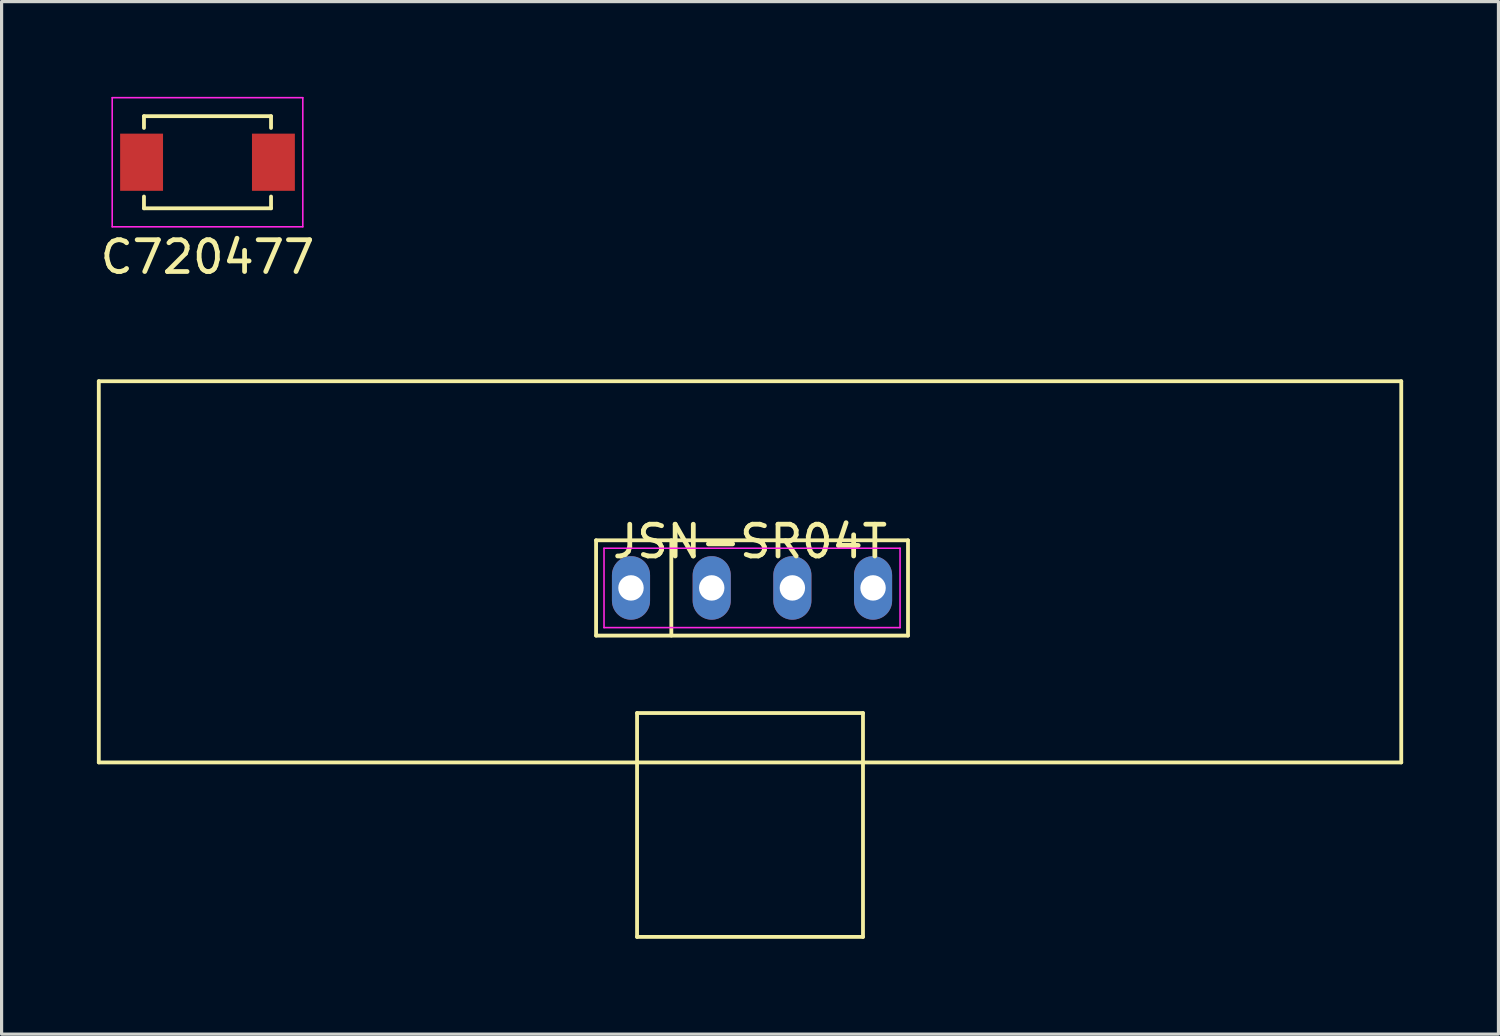
<source format=kicad_pcb>
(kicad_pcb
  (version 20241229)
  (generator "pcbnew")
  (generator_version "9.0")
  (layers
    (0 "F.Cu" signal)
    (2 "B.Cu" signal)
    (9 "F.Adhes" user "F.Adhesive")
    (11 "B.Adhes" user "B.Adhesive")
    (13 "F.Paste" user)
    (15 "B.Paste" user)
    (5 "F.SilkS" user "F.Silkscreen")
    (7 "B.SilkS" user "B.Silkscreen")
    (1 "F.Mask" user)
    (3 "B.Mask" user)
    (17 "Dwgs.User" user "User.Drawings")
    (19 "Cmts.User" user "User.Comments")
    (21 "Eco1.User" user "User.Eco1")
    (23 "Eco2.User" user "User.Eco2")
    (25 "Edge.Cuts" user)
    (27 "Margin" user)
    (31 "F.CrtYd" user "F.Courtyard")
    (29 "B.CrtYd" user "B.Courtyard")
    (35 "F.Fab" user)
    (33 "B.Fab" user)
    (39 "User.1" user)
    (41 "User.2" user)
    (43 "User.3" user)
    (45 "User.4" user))
  (footprint "JSN-SR04T"
    (layer "F.Cu")
    (at 20.56 18.95)
    (property "Reference" "JSN-SR04T" (at 0 -4.953 0) (layer "F.SilkS") (effects (font (size 1 1) (thickness 0.15))))
    (attr through_hole)
    (fp_line (start -20.5 -10) (end 20.5 -10) (stroke (width 0.12) (type solid)) (layer "F.SilkS"))
    (fp_line (start -20.5 2) (end -20.5 -10) (stroke (width 0.12) (type solid)) (layer "F.SilkS"))
    (fp_line (start -20.5 2) (end 20.5 2) (stroke (width 0.12) (type solid)) (layer "F.SilkS"))
    (fp_line (start -4.846 -4.992) (end 4.973 -4.992) (stroke (width 0.12) (type solid)) (layer "F.SilkS"))
    (fp_line (start -4.846 -1.992) (end -4.846 -4.992) (stroke (width 0.12) (type solid)) (layer "F.SilkS"))
    (fp_line (start -3.556 0.445) (end 3.556 0.445) (stroke (width 0.12) (type solid)) (layer "F.SilkS"))
    (fp_line (start -3.556 7.493) (end -3.556 0.445) (stroke (width 0.12) (type solid)) (layer "F.SilkS"))
    (fp_line (start -2.477 -4.992) (end -2.477 -1.992) (stroke (width 0.12) (type solid)) (layer "F.SilkS"))
    (fp_line (start 3.556 0.445) (end 3.556 7.493) (stroke (width 0.12) (type solid)) (layer "F.SilkS"))
    (fp_line (start 3.556 7.493) (end -3.556 7.493) (stroke (width 0.12) (type solid)) (layer "F.SilkS"))
    (fp_line (start 4.973 -4.992) (end 4.973 -1.992) (stroke (width 0.12) (type solid)) (layer "F.SilkS"))
    (fp_line (start 4.973 -1.992) (end -4.846 -1.992) (stroke (width 0.12) (type solid)) (layer "F.SilkS"))
    (fp_line (start 20.5 2) (end 20.5 -10) (stroke (width 0.12) (type solid)) (layer "F.SilkS"))
    (fp_line (start -4.596 -4.742) (end 4.723 -4.742) (stroke (width 0.05) (type solid)) (layer "F.CrtYd"))
    (fp_line (start -4.596 -2.243) (end -4.596 -4.742) (stroke (width 0.05) (type solid)) (layer "F.CrtYd"))
    (fp_line (start 4.723 -4.742) (end 4.723 -2.243) (stroke (width 0.05) (type solid)) (layer "F.CrtYd"))
    (fp_line (start 4.723 -2.243) (end -4.596 -2.243) (stroke (width 0.05) (type solid)) (layer "F.CrtYd"))
    (pad "1" thru_hole oval (at -3.747 -3.493) (size 1.2 2) (drill 0.8) (layers "*.Cu" "*.Mask"))
    (pad "2" thru_hole oval (at -1.206 -3.493) (size 1.2 2) (drill 0.8) (layers "*.Cu" "*.Mask"))
    (pad "3" thru_hole oval (at 1.333 -3.493) (size 1.2 2) (drill 0.8) (layers "*.Cu" "*.Mask"))
    (pad "4" thru_hole oval (at 3.873 -3.493) (size 1.2 2) (drill 0.8) (layers "*.Cu" "*.Mask")))
  (footprint "C720477"
    (layer "F.Cu")
    (at 3.482 2.057)
    (property "Reference" "C720477" (at 0 2.985 0) (layer "F.SilkS") (effects (font (size 1 1) (thickness 0.15))))
    (attr smd)
    (fp_line (start -2 -1.45) (end -2 -1.08) (stroke (width 0.12) (type solid)) (layer "F.SilkS"))
    (fp_line (start -2 -1.45) (end 2 -1.45) (stroke (width 0.12) (type solid)) (layer "F.SilkS"))
    (fp_line (start -2 1.08) (end -2 1.45) (stroke (width 0.12) (type solid)) (layer "F.SilkS"))
    (fp_line (start -2 1.45) (end 2 1.45) (stroke (width 0.12) (type solid)) (layer "F.SilkS"))
    (fp_line (start 2 -1.45) (end 2 -1.08) (stroke (width 0.12) (type solid)) (layer "F.SilkS"))
    (fp_line (start 2 1.08) (end 2 1.45) (stroke (width 0.12) (type solid)) (layer "F.SilkS"))
    (fp_line (start -3 -2.032) (end 3 -2.032) (stroke (width 0.05) (type solid)) (layer "F.CrtYd"))
    (fp_line (start -3 2.032) (end -3 -2.032) (stroke (width 0.05) (type solid)) (layer "F.CrtYd"))
    (fp_line (start 3 -2.032) (end 3 2.032) (stroke (width 0.05) (type solid)) (layer "F.CrtYd"))
    (fp_line (start 3 2.032) (end -3 2.032) (stroke (width 0.05) (type solid)) (layer "F.CrtYd"))
    (pad "1" smd rect (at -2.075 0) (size 1.35 1.8) (layers "F.Cu" "F.Mask" "F.Paste"))
    (pad "2" smd rect (at 2.075 0) (size 1.35 1.8) (layers "F.Cu" "F.Mask" "F.Paste")))
  (gr_rect
    (start -3 -3)
    (end 44.12 29.503)
    (stroke (width 0.1) (type default))
    (fill no)
    (layer "Edge.Cuts")))
</source>
